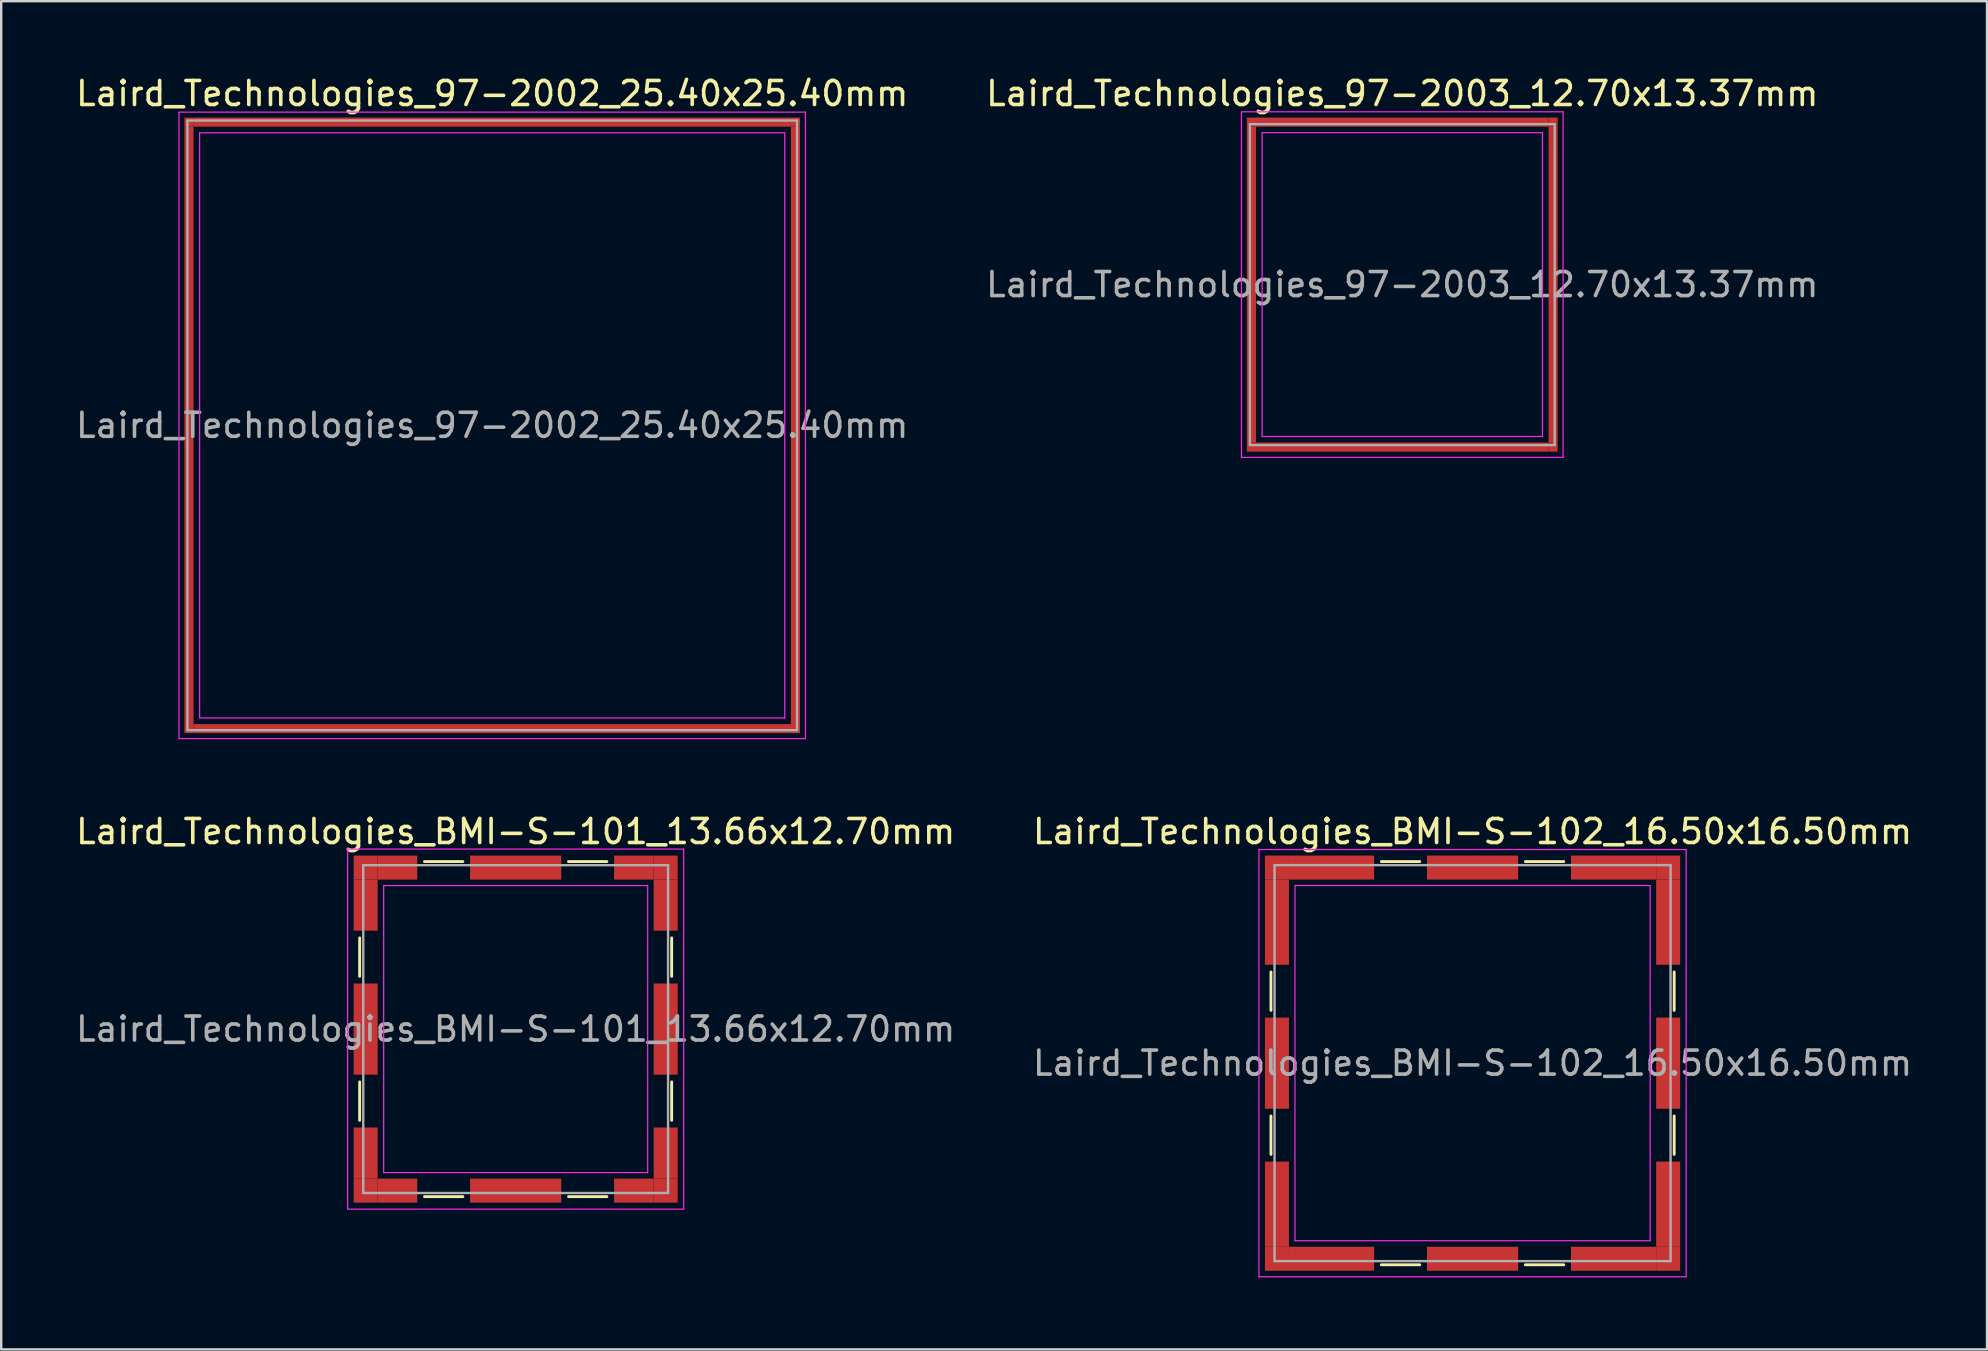
<source format=kicad_pcb>
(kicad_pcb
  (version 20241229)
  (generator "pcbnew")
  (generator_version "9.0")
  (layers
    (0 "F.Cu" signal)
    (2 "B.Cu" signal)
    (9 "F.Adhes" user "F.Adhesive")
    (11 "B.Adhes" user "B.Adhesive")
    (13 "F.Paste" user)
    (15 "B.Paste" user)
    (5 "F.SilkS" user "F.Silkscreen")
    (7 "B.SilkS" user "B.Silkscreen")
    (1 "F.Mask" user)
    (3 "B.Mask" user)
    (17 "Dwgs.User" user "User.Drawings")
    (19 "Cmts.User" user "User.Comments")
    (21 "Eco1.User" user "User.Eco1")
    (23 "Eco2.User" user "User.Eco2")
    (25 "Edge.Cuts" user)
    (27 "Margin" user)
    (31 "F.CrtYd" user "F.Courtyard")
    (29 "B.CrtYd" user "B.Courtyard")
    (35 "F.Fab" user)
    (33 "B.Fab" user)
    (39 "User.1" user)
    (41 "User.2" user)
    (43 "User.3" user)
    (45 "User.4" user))
  (footprint "Laird_Technologies_97-2002_25.40x25.40mm"
    (layer "F.Cu")
    (at 17.458 14.673)
    (property "Reference" "Laird_Technologies_97-2002_25.40x25.40mm" (at 0 -13.825 0) (layer "F.SilkS") (effects (font (size 1 1) (thickness 0.15))))
    (attr smd)
    (fp_line (start -13.05 -13.05) (end -13.05 13.05) (stroke (width 0.05) (type solid)) (layer "F.CrtYd"))
    (fp_line (start -13.05 13.05) (end 13.05 13.05) (stroke (width 0.05) (type solid)) (layer "F.CrtYd"))
    (fp_line (start -12.19 -12.2) (end -12.19 12.18) (stroke (width 0.05) (type solid)) (layer "F.CrtYd"))
    (fp_line (start 12.19 -12.19) (end -12.19 -12.19) (stroke (width 0.05) (type solid)) (layer "F.CrtYd"))
    (fp_line (start 12.19 -12.19) (end 12.19 12.19) (stroke (width 0.05) (type solid)) (layer "F.CrtYd"))
    (fp_line (start 12.19 12.19) (end -12.19 12.19) (stroke (width 0.05) (type solid)) (layer "F.CrtYd"))
    (fp_line (start 13.05 -13.05) (end -13.05 -13.05) (stroke (width 0.05) (type solid)) (layer "F.CrtYd"))
    (fp_line (start 13.05 13.05) (end 13.05 -13.05) (stroke (width 0.05) (type solid)) (layer "F.CrtYd"))
    (fp_line (start -12.7 -12.7) (end -12.7 12.7) (stroke (width 0.1) (type solid)) (layer "F.Fab"))
    (fp_line (start -12.7 12.7) (end 12.7 12.7) (stroke (width 0.1) (type solid)) (layer "F.Fab"))
    (fp_line (start 12.7 -12.7) (end -12.7 -12.7) (stroke (width 0.1) (type solid)) (layer "F.Fab"))
    (fp_line (start 12.7 12.7) (end 12.7 -12.7) (stroke (width 0.1) (type solid)) (layer "F.Fab"))
    (fp_text user "${REFERENCE}" (at 0 0 0) (layer "F.Fab") (effects (font (size 1 1) (thickness 0.15))))
    (pad "1" smd rect (at -12.635 -12.635) (size 0.38 0.38) (layers "F.Cu" "F.Mask" "F.Paste"))
    (pad "1" smd rect (at -12.635 0) (size 0.38 24.89) (layers "F.Cu" "F.Mask" "F.Paste"))
    (pad "1" smd rect (at -12.635 12.635) (size 0.38 0.38) (layers "F.Cu" "F.Mask" "F.Paste"))
    (pad "1" smd rect (at 0 -12.635) (size 24.89 0.38) (layers "F.Cu" "F.Mask" "F.Paste"))
    (pad "1" smd rect (at 0 12.635) (size 24.89 0.38) (layers "F.Cu" "F.Mask" "F.Paste"))
    (pad "1" smd rect (at 12.635 -12.635) (size 0.38 0.38) (layers "F.Cu" "F.Mask" "F.Paste"))
    (pad "1" smd rect (at 12.635 0) (size 0.38 24.89) (layers "F.Cu" "F.Mask" "F.Paste"))
    (pad "1" smd rect (at 12.635 12.635) (size 0.38 0.38) (layers "F.Cu" "F.Mask" "F.Paste")))
  (footprint "Laird_Technologies_BMI-S-101_13.66x12.70mm"
    (layer "F.Cu")
    (at 18.435 39.827)
    (property "Reference" "Laird_Technologies_BMI-S-101_13.66x12.70mm" (at 0 -8.23 0) (layer "F.SilkS") (effects (font (size 1 1) (thickness 0.15))))
    (attr smd)
    (fp_line (start -6.5 -3.8) (end -6.5 -2.2) (stroke (width 0.12) (type solid)) (layer "F.SilkS"))
    (fp_line (start -6.5 2.2) (end -6.5 3.8) (stroke (width 0.12) (type solid)) (layer "F.SilkS"))
    (fp_line (start -3.8 -6.98) (end -2.2 -6.98) (stroke (width 0.12) (type solid)) (layer "F.SilkS"))
    (fp_line (start -3.8 6.98) (end -2.2 6.98) (stroke (width 0.12) (type solid)) (layer "F.SilkS"))
    (fp_line (start 2.2 -6.98) (end 3.8 -6.98) (stroke (width 0.12) (type solid)) (layer "F.SilkS"))
    (fp_line (start 2.2 6.98) (end 3.8 6.98) (stroke (width 0.12) (type solid)) (layer "F.SilkS"))
    (fp_line (start 6.5 -3.8) (end 6.5 -2.2) (stroke (width 0.12) (type solid)) (layer "F.SilkS"))
    (fp_line (start 6.5 2.2) (end 6.5 3.8) (stroke (width 0.12) (type solid)) (layer "F.SilkS"))
    (fp_line (start -7 -7.5) (end -7 7.5) (stroke (width 0.05) (type solid)) (layer "F.CrtYd"))
    (fp_line (start -7 7.5) (end 7 7.5) (stroke (width 0.05) (type solid)) (layer "F.CrtYd"))
    (fp_line (start -5.5 -5.98) (end -5.5 5.98) (stroke (width 0.05) (type solid)) (layer "F.CrtYd"))
    (fp_line (start 5.5 -5.98) (end -5.5 -5.98) (stroke (width 0.05) (type solid)) (layer "F.CrtYd"))
    (fp_line (start 5.5 -5.98) (end 5.5 5.98) (stroke (width 0.05) (type solid)) (layer "F.CrtYd"))
    (fp_line (start 5.5 5.98) (end -5.5 5.98) (stroke (width 0.05) (type solid)) (layer "F.CrtYd"))
    (fp_line (start 7 -7.5) (end -7 -7.5) (stroke (width 0.05) (type solid)) (layer "F.CrtYd"))
    (fp_line (start 7 7.5) (end 7 -7.5) (stroke (width 0.05) (type solid)) (layer "F.CrtYd"))
    (fp_line (start -6.35 -6.83) (end -6.35 6.83) (stroke (width 0.1) (type solid)) (layer "F.Fab"))
    (fp_line (start -6.35 6.83) (end 6.35 6.83) (stroke (width 0.1) (type solid)) (layer "F.Fab"))
    (fp_line (start 6.35 -6.83) (end -6.35 -6.83) (stroke (width 0.1) (type solid)) (layer "F.Fab"))
    (fp_line (start 6.35 6.83) (end 6.35 -6.83) (stroke (width 0.1) (type solid)) (layer "F.Fab"))
    (fp_text user "${REFERENCE}" (at 0 0 0) (layer "F.Fab") (effects (font (size 1 1) (thickness 0.15))))
    (pad "1" smd rect (at -6.25 -6.73) (size 1 1) (layers "F.Cu" "F.Mask" "F.Paste"))
    (pad "1" smd rect (at -6.25 -5.165) (size 1 2.13) (layers "F.Cu" "F.Mask" "F.Paste"))
    (pad "1" smd rect (at -6.25 0) (size 1 3.8) (layers "F.Cu" "F.Mask" "F.Paste"))
    (pad "1" smd rect (at -6.25 5.165) (size 1 2.13) (layers "F.Cu" "F.Mask" "F.Paste"))
    (pad "1" smd rect (at -6.25 6.73) (size 1 1) (layers "F.Cu" "F.Mask" "F.Paste"))
    (pad "1" smd rect (at -4.925 -6.73) (size 1.65 1) (layers "F.Cu" "F.Mask" "F.Paste"))
    (pad "1" smd rect (at -4.925 6.73) (size 1.65 1) (layers "F.Cu" "F.Mask" "F.Paste"))
    (pad "1" smd rect (at 0 -6.73) (size 3.8 1) (layers "F.Cu" "F.Mask" "F.Paste"))
    (pad "1" smd rect (at 0 6.73) (size 3.8 1) (layers "F.Cu" "F.Mask" "F.Paste"))
    (pad "1" smd rect (at 4.925 -6.73) (size 1.65 1) (layers "F.Cu" "F.Mask" "F.Paste"))
    (pad "1" smd rect (at 4.925 6.73) (size 1.65 1) (layers "F.Cu" "F.Mask" "F.Paste"))
    (pad "1" smd rect (at 6.25 -6.73) (size 1 1) (layers "F.Cu" "F.Mask" "F.Paste"))
    (pad "1" smd rect (at 6.25 -5.165) (size 1 2.13) (layers "F.Cu" "F.Mask" "F.Paste"))
    (pad "1" smd rect (at 6.25 0) (size 1 3.8) (layers "F.Cu" "F.Mask" "F.Paste"))
    (pad "1" smd rect (at 6.25 5.165) (size 1 2.13) (layers "F.Cu" "F.Mask" "F.Paste"))
    (pad "1" smd rect (at 6.25 6.73) (size 1 1) (layers "F.Cu" "F.Mask" "F.Paste")))
  (footprint "Laird_Technologies_97-2003_12.70x13.37mm"
    (layer "F.Cu")
    (at 55.375 8.808)
    (property "Reference" "Laird_Technologies_97-2003_12.70x13.37mm" (at 0 -7.96 0) (layer "F.SilkS") (effects (font (size 1 1) (thickness 0.15))))
    (attr smd)
    (fp_line (start -6.7 -7.2) (end -6.7 7.2) (stroke (width 0.05) (type solid)) (layer "F.CrtYd"))
    (fp_line (start -6.7 7.2) (end 6.7 7.2) (stroke (width 0.05) (type solid)) (layer "F.CrtYd"))
    (fp_line (start -5.84 -6.33) (end -5.84 6.33) (stroke (width 0.05) (type solid)) (layer "F.CrtYd"))
    (fp_line (start 5.84 -6.33) (end -5.84 -6.33) (stroke (width 0.05) (type solid)) (layer "F.CrtYd"))
    (fp_line (start 5.84 -6.33) (end 5.84 6.33) (stroke (width 0.05) (type solid)) (layer "F.CrtYd"))
    (fp_line (start 5.84 6.33) (end -5.84 6.33) (stroke (width 0.05) (type solid)) (layer "F.CrtYd"))
    (fp_line (start 6.7 -7.2) (end -6.7 -7.2) (stroke (width 0.05) (type solid)) (layer "F.CrtYd"))
    (fp_line (start 6.7 7.2) (end 6.7 -7.2) (stroke (width 0.05) (type solid)) (layer "F.CrtYd"))
    (fp_line (start -6.35 -6.685) (end -6.35 6.685) (stroke (width 0.1) (type solid)) (layer "F.Fab"))
    (fp_line (start -6.35 6.685) (end 6.35 6.685) (stroke (width 0.1) (type solid)) (layer "F.Fab"))
    (fp_line (start 6.35 -6.685) (end -6.35 -6.685) (stroke (width 0.1) (type solid)) (layer "F.Fab"))
    (fp_line (start 6.35 6.685) (end 6.35 -6.685) (stroke (width 0.1) (type solid)) (layer "F.Fab"))
    (fp_text user "${REFERENCE}" (at 0 0 0) (layer "F.Fab") (effects (font (size 1 1) (thickness 0.15))))
    (pad "1" smd rect (at -6.285 -6.77) (size 0.38 0.38) (layers "F.Cu" "F.Mask" "F.Paste"))
    (pad "1" smd rect (at -6.285 0) (size 0.38 13.16) (layers "F.Cu" "F.Mask" "F.Paste"))
    (pad "1" smd rect (at -6.285 6.77) (size 0.38 0.38) (layers "F.Cu" "F.Mask" "F.Paste"))
    (pad "1" smd rect (at 0 -6.77) (size 12.19 0.38) (layers "F.Cu" "F.Mask" "F.Paste"))
    (pad "1" smd rect (at 0 6.77) (size 12.19 0.38) (layers "F.Cu" "F.Mask" "F.Paste"))
    (pad "1" smd rect (at 6.285 -6.77) (size 0.38 0.38) (layers "F.Cu" "F.Mask" "F.Paste"))
    (pad "1" smd rect (at 6.285 0) (size 0.38 13.16) (layers "F.Cu" "F.Mask" "F.Paste"))
    (pad "1" smd rect (at 6.285 6.77) (size 0.38 0.38) (layers "F.Cu" "F.Mask" "F.Paste")))
  (footprint "Laird_Technologies_BMI-S-102_16.50x16.50mm"
    (layer "F.Cu")
    (at 58.304 41.246)
    (property "Reference" "Laird_Technologies_BMI-S-102_16.50x16.50mm" (at 0 -9.65 0) (layer "F.SilkS") (effects (font (size 1 1) (thickness 0.15))))
    (attr smd)
    (fp_line (start -8.4 -3.8) (end -8.4 -2.2) (stroke (width 0.12) (type solid)) (layer "F.SilkS"))
    (fp_line (start -8.4 2.2) (end -8.4 3.8) (stroke (width 0.12) (type solid)) (layer "F.SilkS"))
    (fp_line (start -3.8 -8.4) (end -2.2 -8.4) (stroke (width 0.12) (type solid)) (layer "F.SilkS"))
    (fp_line (start -3.8 8.4) (end -2.2 8.4) (stroke (width 0.12) (type solid)) (layer "F.SilkS"))
    (fp_line (start 2.2 -8.4) (end 3.8 -8.4) (stroke (width 0.12) (type solid)) (layer "F.SilkS"))
    (fp_line (start 2.2 8.4) (end 3.8 8.4) (stroke (width 0.12) (type solid)) (layer "F.SilkS"))
    (fp_line (start 8.4 -3.8) (end 8.4 -2.2) (stroke (width 0.12) (type solid)) (layer "F.SilkS"))
    (fp_line (start 8.4 2.2) (end 8.4 3.8) (stroke (width 0.12) (type solid)) (layer "F.SilkS"))
    (fp_line (start -8.9 -8.9) (end -8.9 8.9) (stroke (width 0.05) (type solid)) (layer "F.CrtYd"))
    (fp_line (start -8.9 8.9) (end 8.9 8.9) (stroke (width 0.05) (type solid)) (layer "F.CrtYd"))
    (fp_line (start -7.4 -7.4) (end -7.4 7.4) (stroke (width 0.05) (type solid)) (layer "F.CrtYd"))
    (fp_line (start 7.4 -7.4) (end -7.4 -7.4) (stroke (width 0.05) (type solid)) (layer "F.CrtYd"))
    (fp_line (start 7.4 -7.4) (end 7.4 7.4) (stroke (width 0.05) (type solid)) (layer "F.CrtYd"))
    (fp_line (start 7.4 7.4) (end -7.4 7.4) (stroke (width 0.05) (type solid)) (layer "F.CrtYd"))
    (fp_line (start 8.9 -8.9) (end -8.9 -8.9) (stroke (width 0.05) (type solid)) (layer "F.CrtYd"))
    (fp_line (start 8.9 8.9) (end 8.9 -8.9) (stroke (width 0.05) (type solid)) (layer "F.CrtYd"))
    (fp_line (start -8.25 -8.25) (end -8.25 8.25) (stroke (width 0.1) (type solid)) (layer "F.Fab"))
    (fp_line (start -8.25 8.25) (end 8.25 8.25) (stroke (width 0.1) (type solid)) (layer "F.Fab"))
    (fp_line (start 8.25 -8.25) (end -8.25 -8.25) (stroke (width 0.1) (type solid)) (layer "F.Fab"))
    (fp_line (start 8.25 8.25) (end 8.25 -8.25) (stroke (width 0.1) (type solid)) (layer "F.Fab"))
    (fp_text user "${REFERENCE}" (at 0 0 0) (layer "F.Fab") (effects (font (size 1 1) (thickness 0.15))))
    (pad "1" smd rect (at -8.15 -8.15) (size 1 1) (layers "F.Cu" "F.Mask" "F.Paste"))
    (pad "1" smd rect (at -8.15 -5.875) (size 1 3.55) (layers "F.Cu" "F.Mask" "F.Paste"))
    (pad "1" smd rect (at -8.15 0) (size 1 3.8) (layers "F.Cu" "F.Mask" "F.Paste"))
    (pad "1" smd rect (at -8.15 5.875) (size 1 3.55) (layers "F.Cu" "F.Mask" "F.Paste"))
    (pad "1" smd rect (at -8.15 8.15) (size 1 1) (layers "F.Cu" "F.Mask" "F.Paste"))
    (pad "1" smd rect (at -5.875 -8.15) (size 3.55 1) (layers "F.Cu" "F.Mask" "F.Paste"))
    (pad "1" smd rect (at -5.875 8.15) (size 3.55 1) (layers "F.Cu" "F.Mask" "F.Paste"))
    (pad "1" smd rect (at 0 -8.15) (size 3.8 1) (layers "F.Cu" "F.Mask" "F.Paste"))
    (pad "1" smd rect (at 0 8.15) (size 3.8 1) (layers "F.Cu" "F.Mask" "F.Paste"))
    (pad "1" smd rect (at 5.875 -8.15) (size 3.55 1) (layers "F.Cu" "F.Mask" "F.Paste"))
    (pad "1" smd rect (at 5.875 8.15) (size 3.55 1) (layers "F.Cu" "F.Mask" "F.Paste"))
    (pad "1" smd rect (at 8.15 -8.15) (size 1 1) (layers "F.Cu" "F.Mask" "F.Paste"))
    (pad "1" smd rect (at 8.15 -5.875) (size 1 3.55) (layers "F.Cu" "F.Mask" "F.Paste"))
    (pad "1" smd rect (at 8.15 0) (size 1 3.8) (layers "F.Cu" "F.Mask" "F.Paste"))
    (pad "1" smd rect (at 8.15 5.875) (size 1 3.55) (layers "F.Cu" "F.Mask" "F.Paste"))
    (pad "1" smd rect (at 8.15 8.15) (size 1 1) (layers "F.Cu" "F.Mask" "F.Paste")))
  (gr_rect
    (start -3 -3)
    (end 79.738 53.172)
    (stroke (width 0.1) (type default))
    (fill no)
    (layer "Edge.Cuts")))
</source>
